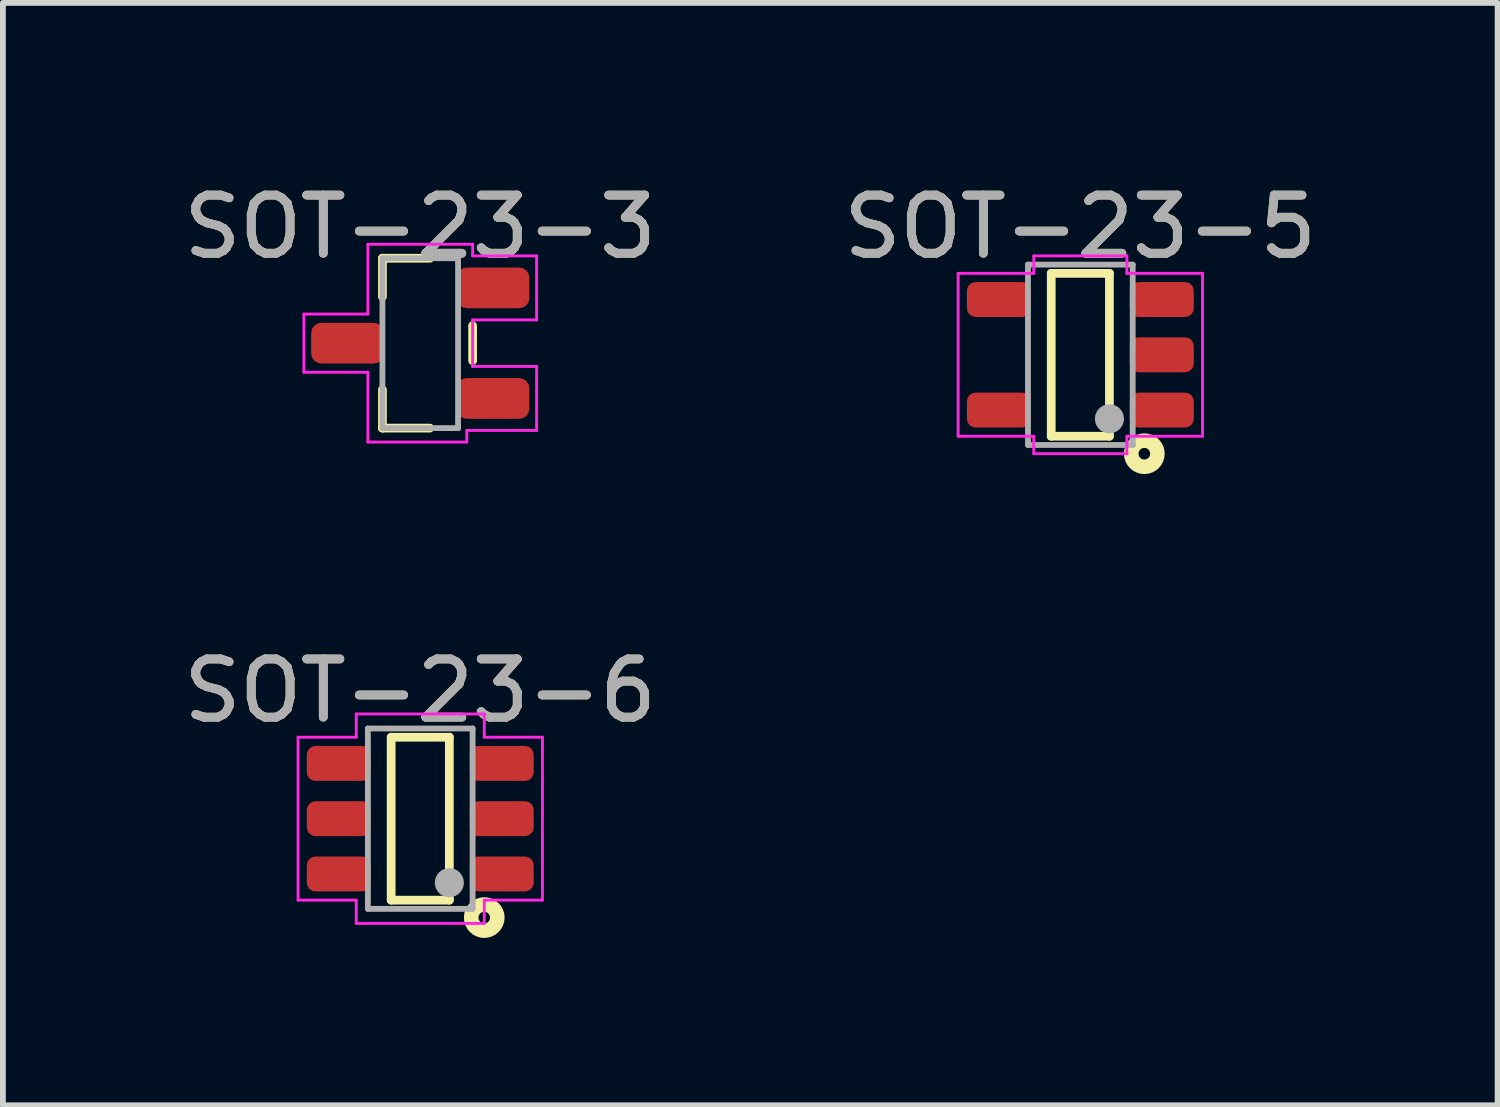
<source format=kicad_pcb>
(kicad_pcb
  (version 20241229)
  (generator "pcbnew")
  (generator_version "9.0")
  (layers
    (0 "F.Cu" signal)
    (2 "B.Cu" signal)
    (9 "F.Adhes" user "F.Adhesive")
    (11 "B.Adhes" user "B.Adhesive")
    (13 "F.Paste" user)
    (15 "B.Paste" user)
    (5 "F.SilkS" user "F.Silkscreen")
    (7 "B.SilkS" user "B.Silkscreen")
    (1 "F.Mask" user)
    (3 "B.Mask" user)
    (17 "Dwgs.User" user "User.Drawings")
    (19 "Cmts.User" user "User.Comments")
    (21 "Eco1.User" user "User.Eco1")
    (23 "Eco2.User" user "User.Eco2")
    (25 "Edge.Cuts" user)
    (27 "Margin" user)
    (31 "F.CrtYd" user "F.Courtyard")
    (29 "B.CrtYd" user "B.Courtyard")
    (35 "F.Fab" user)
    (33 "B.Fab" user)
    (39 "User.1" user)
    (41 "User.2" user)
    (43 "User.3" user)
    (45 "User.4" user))
  (footprint "SOT-23-3"
    (layer "F.Cu")
    (at 4.173 2.848)
    (property "Reference" "SOT-23-3" (at 0 -2 0) (layer "F.SilkS") (effects (font (size 1 1) (thickness 0.15))))
    (attr smd)
    (fp_line (start -0.65 -1.46) (end 0.165 -1.46) (stroke (width 0.15) (type solid)) (layer "F.SilkS"))
    (fp_line (start -0.65 -0.8) (end -0.65 -1.46) (stroke (width 0.15) (type solid)) (layer "F.SilkS"))
    (fp_line (start -0.65 1.46) (end -0.65 0.8) (stroke (width 0.15) (type solid)) (layer "F.SilkS"))
    (fp_line (start -0.65 1.46) (end 0.165 1.46) (stroke (width 0.15) (type solid)) (layer "F.SilkS"))
    (fp_line (start 0.9 0.3) (end 0.9 -0.3) (stroke (width 0.15) (type solid)) (layer "F.SilkS"))
    (fp_line (start -2 -0.5) (end -2 0.5) (stroke (width 0.05) (type solid)) (layer "F.CrtYd"))
    (fp_line (start -2 0.5) (end -0.9 0.5) (stroke (width 0.05) (type solid)) (layer "F.CrtYd"))
    (fp_line (start -0.9 -1.7) (end -0.9 -0.5) (stroke (width 0.05) (type solid)) (layer "F.CrtYd"))
    (fp_line (start -0.9 -0.5) (end -2 -0.5) (stroke (width 0.05) (type solid)) (layer "F.CrtYd"))
    (fp_line (start -0.9 0.5) (end -0.9 1.7) (stroke (width 0.05) (type solid)) (layer "F.CrtYd"))
    (fp_line (start -0.9 1.7) (end 0.8 1.7) (stroke (width 0.05) (type solid)) (layer "F.CrtYd"))
    (fp_line (start 0.8 1.5) (end 2 1.5) (stroke (width 0.05) (type solid)) (layer "F.CrtYd"))
    (fp_line (start 0.8 1.7) (end 0.8 1.5) (stroke (width 0.05) (type solid)) (layer "F.CrtYd"))
    (fp_line (start 0.9 -1.7) (end -0.9 -1.7) (stroke (width 0.05) (type solid)) (layer "F.CrtYd"))
    (fp_line (start 0.9 -1.5) (end 0.9 -1.7) (stroke (width 0.05) (type solid)) (layer "F.CrtYd"))
    (fp_line (start 0.9 -0.4) (end 2 -0.4) (stroke (width 0.05) (type solid)) (layer "F.CrtYd"))
    (fp_line (start 0.9 0.4) (end 0.9 -0.4) (stroke (width 0.05) (type solid)) (layer "F.CrtYd"))
    (fp_line (start 2 -1.5) (end 0.9 -1.5) (stroke (width 0.05) (type solid)) (layer "F.CrtYd"))
    (fp_line (start 2 -0.4) (end 2 -1.5) (stroke (width 0.05) (type solid)) (layer "F.CrtYd"))
    (fp_line (start 2 0.4) (end 0.9 0.4) (stroke (width 0.05) (type solid)) (layer "F.CrtYd"))
    (fp_line (start 2 1.5) (end 2 0.4) (stroke (width 0.05) (type solid)) (layer "F.CrtYd"))
    (fp_line (start -0.65 -1.46) (end 0.65 -1.46) (stroke (width 0.1) (type solid)) (layer "F.Fab"))
    (fp_line (start -0.65 1.46) (end -0.65 -1.46) (stroke (width 0.1) (type solid)) (layer "F.Fab"))
    (fp_line (start -0.65 1.46) (end 0.65 1.46) (stroke (width 0.1) (type solid)) (layer "F.Fab"))
    (fp_line (start 0.65 1.46) (end 0.65 -1.46) (stroke (width 0.1) (type solid)) (layer "F.Fab"))
    (fp_text user "${REFERENCE}" (at 0 -2 0) (layer "F.Fab") (effects (font (size 1 1) (thickness 0.15))))
    (pad "1" smd roundrect (at 1.25 0.95 270) (size 0.7 1.25) (layers "F.Cu" "F.Mask" "F.Paste") (roundrect_rratio 0.25))
    (pad "2" smd roundrect (at 1.25 -0.95 270) (size 0.7 1.25) (layers "F.Cu" "F.Mask" "F.Paste") (roundrect_rratio 0.25))
    (pad "3" smd roundrect (at -1.25 0 270) (size 0.7 1.25) (layers "F.Cu" "F.Mask" "F.Paste") (roundrect_rratio 0.25)))
  (footprint "SOT-23-6"
    (layer "F.Cu")
    (at 4.173 11.021)
    (property "Reference" "SOT-23-6" (at 0 -2.2 0) (layer "F.SilkS") (effects (font (size 1 1) (thickness 0.15))))
    (attr smd)
    (fp_line (start -0.5 -1.4) (end 0.5 -1.4) (stroke (width 0.15) (type solid)) (layer "F.SilkS"))
    (fp_line (start -0.5 1.4) (end -0.5 -1.4) (stroke (width 0.15) (type solid)) (layer "F.SilkS"))
    (fp_line (start -0.5 1.4) (end 0.5 1.4) (stroke (width 0.15) (type solid)) (layer "F.SilkS"))
    (fp_line (start 0.5 1.4) (end 0.5 -1.4) (stroke (width 0.15) (type solid)) (layer "F.SilkS"))
    (fp_circle (center 1.1 1.7) (end 1.2 1.7) (stroke (width 0.25) (type solid)) (fill no) (layer "F.SilkS"))
    (fp_line (start -2.1 -1.4) (end -1.1 -1.4) (stroke (width 0.05) (type solid)) (layer "F.CrtYd"))
    (fp_line (start -2.1 1.4) (end -2.1 -1.4) (stroke (width 0.05) (type solid)) (layer "F.CrtYd"))
    (fp_line (start -1.1 -1.8) (end 1.1 -1.8) (stroke (width 0.05) (type solid)) (layer "F.CrtYd"))
    (fp_line (start -1.1 -1.7) (end -1.1 -1.8) (stroke (width 0.05) (type solid)) (layer "F.CrtYd"))
    (fp_line (start -1.1 -1.4) (end -1.1 -1.7) (stroke (width 0.05) (type solid)) (layer "F.CrtYd"))
    (fp_line (start -1.1 1.4) (end -2.1 1.4) (stroke (width 0.05) (type solid)) (layer "F.CrtYd"))
    (fp_line (start -1.1 1.8) (end -1.1 1.4) (stroke (width 0.05) (type solid)) (layer "F.CrtYd"))
    (fp_line (start 1.1 -1.8) (end 1.1 -1.4) (stroke (width 0.05) (type solid)) (layer "F.CrtYd"))
    (fp_line (start 1.1 -1.4) (end 2.1 -1.4) (stroke (width 0.05) (type solid)) (layer "F.CrtYd"))
    (fp_line (start 1.1 1.4) (end 1.1 1.8) (stroke (width 0.05) (type solid)) (layer "F.CrtYd"))
    (fp_line (start 1.1 1.8) (end -1.1 1.8) (stroke (width 0.05) (type solid)) (layer "F.CrtYd"))
    (fp_line (start 2.1 -1.4) (end 2.1 1.4) (stroke (width 0.05) (type solid)) (layer "F.CrtYd"))
    (fp_line (start 2.1 1.4) (end 1.1 1.4) (stroke (width 0.05) (type solid)) (layer "F.CrtYd"))
    (fp_line (start -0.9 -1.55) (end 0.9 -1.55) (stroke (width 0.1) (type solid)) (layer "F.Fab"))
    (fp_line (start -0.9 1.55) (end -0.9 -1.55) (stroke (width 0.1) (type solid)) (layer "F.Fab"))
    (fp_line (start -0.9 1.55) (end 0.9 1.55) (stroke (width 0.1) (type solid)) (layer "F.Fab"))
    (fp_line (start 0.9 1.55) (end 0.9 -1.55) (stroke (width 0.1) (type solid)) (layer "F.Fab"))
    (fp_circle (center 0.5 1.1) (end 0.625 1.1) (stroke (width 0.25) (type solid)) (fill no) (layer "F.Fab"))
    (fp_text user "${REFERENCE}" (at 0 -2.2 0) (layer "F.Fab") (effects (font (size 1 1) (thickness 0.15))))
    (pad "1" smd roundrect (at 1.4 0.95 270) (size 0.6 1.1) (layers "F.Cu" "F.Mask" "F.Paste") (roundrect_rratio 0.25))
    (pad "2" smd roundrect (at 1.4 0 270) (size 0.6 1.1) (layers "F.Cu" "F.Mask" "F.Paste") (roundrect_rratio 0.25))
    (pad "3" smd roundrect (at 1.4 -0.95 270) (size 0.6 1.1) (layers "F.Cu" "F.Mask" "F.Paste") (roundrect_rratio 0.25))
    (pad "4" smd roundrect (at -1.4 -0.95 270) (size 0.6 1.1) (layers "F.Cu" "F.Mask" "F.Paste") (roundrect_rratio 0.25))
    (pad "5" smd roundrect (at -1.4 0 270) (size 0.6 1.1) (layers "F.Cu" "F.Mask" "F.Paste") (roundrect_rratio 0.25))
    (pad "6" smd roundrect (at -1.4 0.95 270) (size 0.6 1.1) (layers "F.Cu" "F.Mask" "F.Paste") (roundrect_rratio 0.25)))
  (footprint "SOT-23-5"
    (layer "F.Cu")
    (at 15.518 3.048)
    (property "Reference" "SOT-23-5" (at 0 -2.2 0) (layer "F.SilkS") (effects (font (size 1 1) (thickness 0.15))))
    (attr smd)
    (fp_line (start -0.5 -1.4) (end 0.5 -1.4) (stroke (width 0.15) (type solid)) (layer "F.SilkS"))
    (fp_line (start -0.5 1.4) (end -0.5 -1.4) (stroke (width 0.15) (type solid)) (layer "F.SilkS"))
    (fp_line (start -0.5 1.4) (end 0.5 1.4) (stroke (width 0.15) (type solid)) (layer "F.SilkS"))
    (fp_line (start 0.5 1.4) (end 0.5 -1.4) (stroke (width 0.15) (type solid)) (layer "F.SilkS"))
    (fp_circle (center 1.1 1.7) (end 1.2 1.7) (stroke (width 0.25) (type solid)) (fill no) (layer "F.SilkS"))
    (fp_line (start -2.1 -1.4) (end -2.1 1.4) (stroke (width 0.05) (type solid)) (layer "F.CrtYd"))
    (fp_line (start -2.1 1.4) (end -0.8 1.4) (stroke (width 0.05) (type solid)) (layer "F.CrtYd"))
    (fp_line (start -0.8 -1.7) (end -0.8 -1.4) (stroke (width 0.05) (type solid)) (layer "F.CrtYd"))
    (fp_line (start -0.8 -1.4) (end -2.1 -1.4) (stroke (width 0.05) (type solid)) (layer "F.CrtYd"))
    (fp_line (start -0.8 1.4) (end -0.8 1.7) (stroke (width 0.05) (type solid)) (layer "F.CrtYd"))
    (fp_line (start -0.8 1.7) (end 0.8 1.7) (stroke (width 0.05) (type solid)) (layer "F.CrtYd"))
    (fp_line (start 0.8 -1.7) (end -0.8 -1.7) (stroke (width 0.05) (type solid)) (layer "F.CrtYd"))
    (fp_line (start 0.8 -1.4) (end 0.8 -1.7) (stroke (width 0.05) (type solid)) (layer "F.CrtYd"))
    (fp_line (start 0.8 1.4) (end 2.1 1.4) (stroke (width 0.05) (type solid)) (layer "F.CrtYd"))
    (fp_line (start 0.8 1.7) (end 0.8 1.4) (stroke (width 0.05) (type solid)) (layer "F.CrtYd"))
    (fp_line (start 2.1 -1.4) (end 0.8 -1.4) (stroke (width 0.05) (type solid)) (layer "F.CrtYd"))
    (fp_line (start 2.1 1.4) (end 2.1 -1.4) (stroke (width 0.05) (type solid)) (layer "F.CrtYd"))
    (fp_line (start -0.9 -1.55) (end 0.9 -1.55) (stroke (width 0.1) (type solid)) (layer "F.Fab"))
    (fp_line (start -0.9 1.55) (end -0.9 -1.55) (stroke (width 0.1) (type solid)) (layer "F.Fab"))
    (fp_line (start -0.9 1.55) (end 0.9 1.55) (stroke (width 0.1) (type solid)) (layer "F.Fab"))
    (fp_line (start 0.9 1.55) (end 0.9 -1.55) (stroke (width 0.1) (type solid)) (layer "F.Fab"))
    (fp_circle (center 0.5 1.1) (end 0.625 1.1) (stroke (width 0.25) (type solid)) (fill no) (layer "F.Fab"))
    (fp_text user "${REFERENCE}" (at 0 -2.2 0) (layer "F.Fab") (effects (font (size 1 1) (thickness 0.15))))
    (pad "1" smd roundrect (at 1.4 0.95 270) (size 0.6 1.1) (layers "F.Cu" "F.Mask" "F.Paste") (roundrect_rratio 0.25))
    (pad "2" smd roundrect (at 1.4 0 270) (size 0.6 1.1) (layers "F.Cu" "F.Mask" "F.Paste") (roundrect_rratio 0.25))
    (pad "3" smd roundrect (at 1.4 -0.95 270) (size 0.6 1.1) (layers "F.Cu" "F.Mask" "F.Paste") (roundrect_rratio 0.25))
    (pad "4" smd roundrect (at -1.4 -0.95 270) (size 0.6 1.1) (layers "F.Cu" "F.Mask" "F.Paste") (roundrect_rratio 0.25))
    (pad "5" smd roundrect (at -1.4 0.95 270) (size 0.6 1.1) (layers "F.Cu" "F.Mask" "F.Paste") (roundrect_rratio 0.25)))
  (gr_rect
    (start -3 -3)
    (end 22.69 15.947)
    (stroke (width 0.1) (type default))
    (fill no)
    (layer "Edge.Cuts")))
</source>
